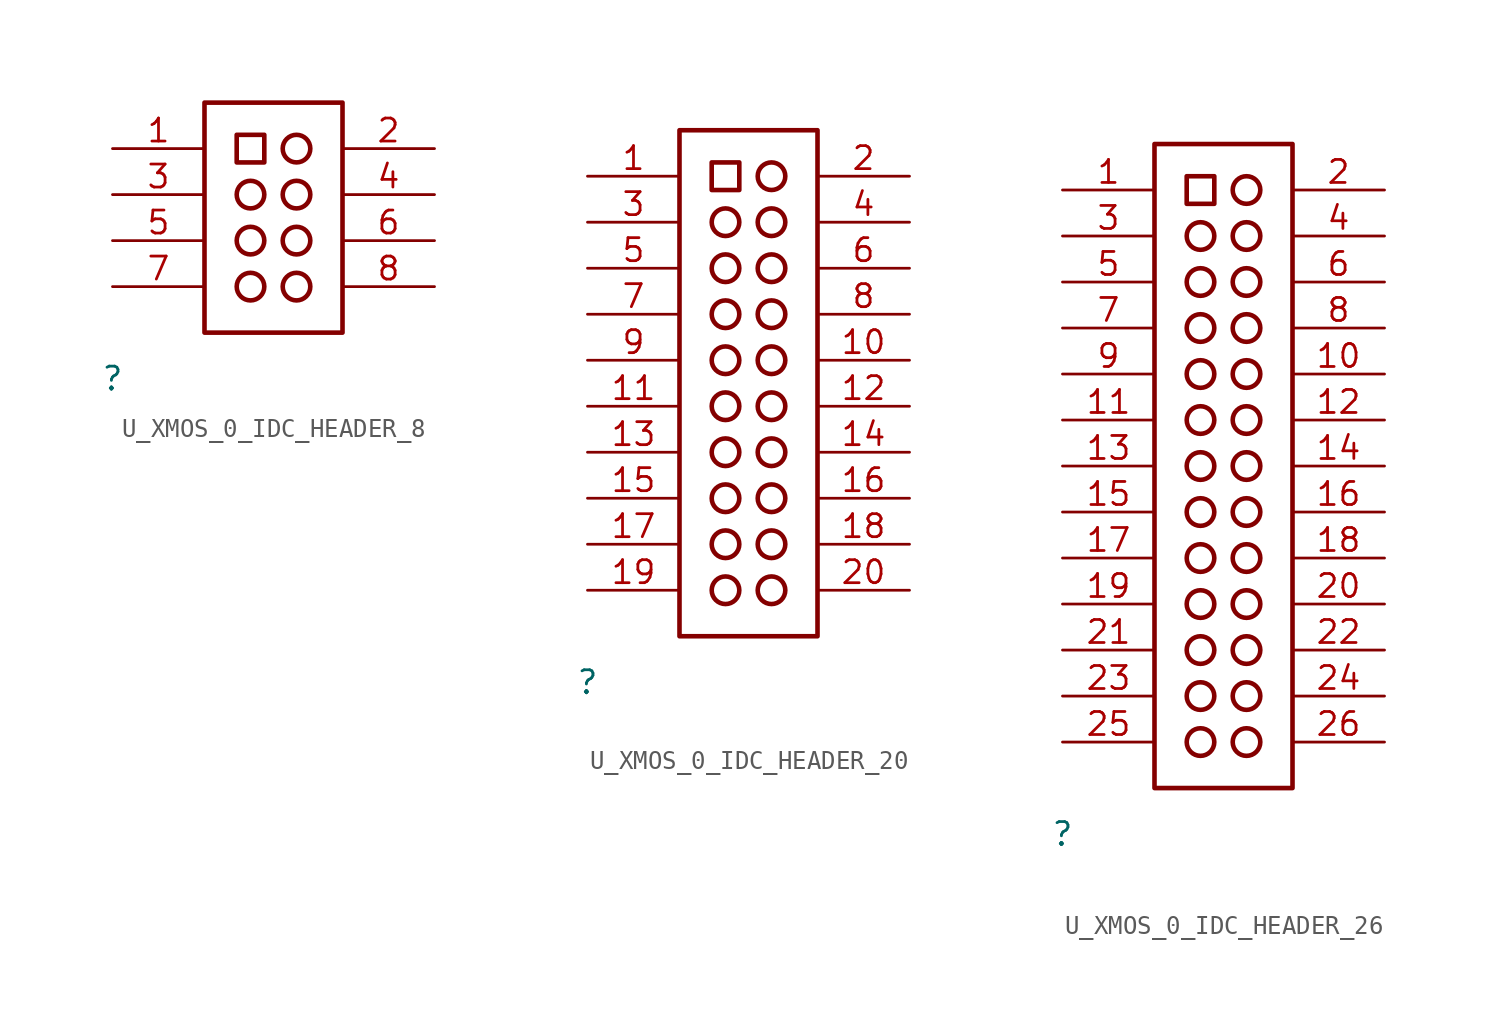
<source format=kicad_sym>
(kicad_symbol_lib
  (version 20231120)
  (generator "kicad_symbol_editor")
  (generator_version "8.0")
  (symbol "U_XMOS_0_IDC_HEADER_8"
    (property "Reference" ""
      (at 0 0 0)
      (effects (font (size 1.27 1.27))))
    (property "Value" ""
      (at 0 0 0)
      (effects (font (size 1.27 1.27))))
    (symbol "U_XMOS_0_IDC_HEADER_8_1_0"
      (polyline (pts (xy 5.08 2.54) (xy 12.7 2.54) (xy 12.7 15.24) (xy 5.08 15.24) (xy 5.08 2.54)) (stroke (width 0.254) (type solid)) (fill (type none)))
      (polyline (pts (xy 6.858 11.938) (xy 8.382 11.938) (xy 8.382 13.462) (xy 6.858 13.462) (xy 6.858 11.938)) (stroke (width 0.254) (type solid)) (fill (type none)))
      (circle (center 7.62 5.08) (radius 0.762) (stroke (width 0.254) (type solid)) (fill (type none)))
      (circle (center 7.62 7.62) (radius 0.762) (stroke (width 0.254) (type solid)) (fill (type none)))
      (circle (center 7.62 10.16) (radius 0.762) (stroke (width 0.254) (type solid)) (fill (type none)))
      (circle (center 10.16 5.08) (radius 0.762) (stroke (width 0.254) (type solid)) (fill (type none)))
      (circle (center 10.16 7.62) (radius 0.762) (stroke (width 0.254) (type solid)) (fill (type none)))
      (circle (center 10.16 10.16) (radius 0.762) (stroke (width 0.254) (type solid)) (fill (type none)))
      (circle (center 10.16 12.7) (radius 0.762) (stroke (width 0.254) (type solid)) (fill (type none)))
      (pin passive line (at 0 12.7 0) (length 5.08) (name "1" (effects (font (size 0 0)))) (number "1" (effects (font (size 1.27 1.27)))))
      (pin passive line (at 17.78 12.7 180) (length 5.08) (name "2" (effects (font (size 0 0)))) (number "2" (effects (font (size 1.27 1.27)))))
      (pin passive line (at 0 10.16 0) (length 5.08) (name "3" (effects (font (size 0 0)))) (number "3" (effects (font (size 1.27 1.27)))))
      (pin passive line (at 17.78 10.16 180) (length 5.08) (name "4" (effects (font (size 0 0)))) (number "4" (effects (font (size 1.27 1.27)))))
      (pin passive line (at 0 7.62 0) (length 5.08) (name "5" (effects (font (size 0 0)))) (number "5" (effects (font (size 1.27 1.27)))))
      (pin passive line (at 17.78 7.62 180) (length 5.08) (name "6" (effects (font (size 0 0)))) (number "6" (effects (font (size 1.27 1.27)))))
      (pin passive line (at 0 5.08 0) (length 5.08) (name "7" (effects (font (size 0 0)))) (number "7" (effects (font (size 1.27 1.27)))))
      (pin passive line (at 17.78 5.08 180) (length 5.08) (name "8" (effects (font (size 0 0)))) (number "8" (effects (font (size 1.27 1.27)))))))
  (symbol "U_XMOS_0_IDC_HEADER_20"
    (property "Reference" ""
      (at 0 0 0)
      (effects (font (size 1.27 1.27))))
    (property "Value" ""
      (at 0 0 0)
      (effects (font (size 1.27 1.27))))
    (symbol "U_XMOS_0_IDC_HEADER_20_1_0"
      (polyline (pts (xy 5.08 2.54) (xy 12.7 2.54) (xy 12.7 30.48) (xy 5.08 30.48) (xy 5.08 2.54)) (stroke (width 0.254) (type solid)) (fill (type none)))
      (polyline (pts (xy 6.858 27.178) (xy 8.382 27.178) (xy 8.382 28.702) (xy 6.858 28.702) (xy 6.858 27.178)) (stroke (width 0.254) (type solid)) (fill (type none)))
      (circle (center 7.62 5.08) (radius 0.762) (stroke (width 0.254) (type solid)) (fill (type none)))
      (circle (center 7.62 7.62) (radius 0.762) (stroke (width 0.254) (type solid)) (fill (type none)))
      (circle (center 7.62 10.16) (radius 0.762) (stroke (width 0.254) (type solid)) (fill (type none)))
      (circle (center 7.62 12.7) (radius 0.762) (stroke (width 0.254) (type solid)) (fill (type none)))
      (circle (center 7.62 15.24) (radius 0.762) (stroke (width 0.254) (type solid)) (fill (type none)))
      (circle (center 7.62 17.78) (radius 0.762) (stroke (width 0.254) (type solid)) (fill (type none)))
      (circle (center 7.62 20.32) (radius 0.762) (stroke (width 0.254) (type solid)) (fill (type none)))
      (circle (center 7.62 22.86) (radius 0.762) (stroke (width 0.254) (type solid)) (fill (type none)))
      (circle (center 7.62 25.4) (radius 0.762) (stroke (width 0.254) (type solid)) (fill (type none)))
      (circle (center 10.16 5.08) (radius 0.762) (stroke (width 0.254) (type solid)) (fill (type none)))
      (circle (center 10.16 7.62) (radius 0.762) (stroke (width 0.254) (type solid)) (fill (type none)))
      (circle (center 10.16 10.16) (radius 0.762) (stroke (width 0.254) (type solid)) (fill (type none)))
      (circle (center 10.16 12.7) (radius 0.762) (stroke (width 0.254) (type solid)) (fill (type none)))
      (circle (center 10.16 15.24) (radius 0.762) (stroke (width 0.254) (type solid)) (fill (type none)))
      (circle (center 10.16 17.78) (radius 0.762) (stroke (width 0.254) (type solid)) (fill (type none)))
      (circle (center 10.16 20.32) (radius 0.762) (stroke (width 0.254) (type solid)) (fill (type none)))
      (circle (center 10.16 22.86) (radius 0.762) (stroke (width 0.254) (type solid)) (fill (type none)))
      (circle (center 10.16 25.4) (radius 0.762) (stroke (width 0.254) (type solid)) (fill (type none)))
      (circle (center 10.16 27.94) (radius 0.762) (stroke (width 0.254) (type solid)) (fill (type none)))
      (pin passive line (at 0 27.94 0) (length 5.08) (name "1" (effects (font (size 0 0)))) (number "1" (effects (font (size 1.27 1.27)))))
      (pin passive line (at 17.78 17.78 180) (length 5.08) (name "10" (effects (font (size 0 0)))) (number "10" (effects (font (size 1.27 1.27)))))
      (pin passive line (at 0 15.24 0) (length 5.08) (name "11" (effects (font (size 0 0)))) (number "11" (effects (font (size 1.27 1.27)))))
      (pin passive line (at 17.78 15.24 180) (length 5.08) (name "12" (effects (font (size 0 0)))) (number "12" (effects (font (size 1.27 1.27)))))
      (pin passive line (at 0 12.7 0) (length 5.08) (name "13" (effects (font (size 0 0)))) (number "13" (effects (font (size 1.27 1.27)))))
      (pin passive line (at 17.78 12.7 180) (length 5.08) (name "14" (effects (font (size 0 0)))) (number "14" (effects (font (size 1.27 1.27)))))
      (pin passive line (at 0 10.16 0) (length 5.08) (name "15" (effects (font (size 0 0)))) (number "15" (effects (font (size 1.27 1.27)))))
      (pin passive line (at 17.78 10.16 180) (length 5.08) (name "16" (effects (font (size 0 0)))) (number "16" (effects (font (size 1.27 1.27)))))
      (pin passive line (at 0 7.62 0) (length 5.08) (name "17" (effects (font (size 0 0)))) (number "17" (effects (font (size 1.27 1.27)))))
      (pin passive line (at 17.78 7.62 180) (length 5.08) (name "18" (effects (font (size 0 0)))) (number "18" (effects (font (size 1.27 1.27)))))
      (pin passive line (at 0 5.08 0) (length 5.08) (name "19" (effects (font (size 0 0)))) (number "19" (effects (font (size 1.27 1.27)))))
      (pin passive line (at 17.78 27.94 180) (length 5.08) (name "2" (effects (font (size 0 0)))) (number "2" (effects (font (size 1.27 1.27)))))
      (pin passive line (at 17.78 5.08 180) (length 5.08) (name "20" (effects (font (size 0 0)))) (number "20" (effects (font (size 1.27 1.27)))))
      (pin passive line (at 0 25.4 0) (length 5.08) (name "3" (effects (font (size 0 0)))) (number "3" (effects (font (size 1.27 1.27)))))
      (pin passive line (at 17.78 25.4 180) (length 5.08) (name "4" (effects (font (size 0 0)))) (number "4" (effects (font (size 1.27 1.27)))))
      (pin passive line (at 0 22.86 0) (length 5.08) (name "5" (effects (font (size 0 0)))) (number "5" (effects (font (size 1.27 1.27)))))
      (pin passive line (at 17.78 22.86 180) (length 5.08) (name "6" (effects (font (size 0 0)))) (number "6" (effects (font (size 1.27 1.27)))))
      (pin passive line (at 0 20.32 0) (length 5.08) (name "7" (effects (font (size 0 0)))) (number "7" (effects (font (size 1.27 1.27)))))
      (pin passive line (at 17.78 20.32 180) (length 5.08) (name "8" (effects (font (size 0 0)))) (number "8" (effects (font (size 1.27 1.27)))))
      (pin passive line (at 0 17.78 0) (length 5.08) (name "9" (effects (font (size 0 0)))) (number "9" (effects (font (size 1.27 1.27)))))))
  (symbol "U_XMOS_0_IDC_HEADER_26"
    (property "Reference" ""
      (at 0 0 0)
      (effects (font (size 1.27 1.27))))
    (property "Value" ""
      (at 0 0 0)
      (effects (font (size 1.27 1.27))))
    (symbol "U_XMOS_0_IDC_HEADER_26_1_0"
      (polyline (pts (xy 5.08 2.54) (xy 12.7 2.54) (xy 12.7 38.1) (xy 5.08 38.1) (xy 5.08 2.54)) (stroke (width 0.254) (type solid)) (fill (type none)))
      (polyline (pts (xy 6.858 34.798) (xy 8.382 34.798) (xy 8.382 36.322) (xy 6.858 36.322) (xy 6.858 34.798)) (stroke (width 0.254) (type solid)) (fill (type none)))
      (circle (center 7.62 5.08) (radius 0.762) (stroke (width 0.254) (type solid)) (fill (type none)))
      (circle (center 7.62 7.62) (radius 0.762) (stroke (width 0.254) (type solid)) (fill (type none)))
      (circle (center 7.62 10.16) (radius 0.762) (stroke (width 0.254) (type solid)) (fill (type none)))
      (circle (center 7.62 12.7) (radius 0.762) (stroke (width 0.254) (type solid)) (fill (type none)))
      (circle (center 7.62 15.24) (radius 0.762) (stroke (width 0.254) (type solid)) (fill (type none)))
      (circle (center 7.62 17.78) (radius 0.762) (stroke (width 0.254) (type solid)) (fill (type none)))
      (circle (center 7.62 20.32) (radius 0.762) (stroke (width 0.254) (type solid)) (fill (type none)))
      (circle (center 7.62 22.86) (radius 0.762) (stroke (width 0.254) (type solid)) (fill (type none)))
      (circle (center 7.62 25.4) (radius 0.762) (stroke (width 0.254) (type solid)) (fill (type none)))
      (circle (center 7.62 27.94) (radius 0.762) (stroke (width 0.254) (type solid)) (fill (type none)))
      (circle (center 7.62 30.48) (radius 0.762) (stroke (width 0.254) (type solid)) (fill (type none)))
      (circle (center 7.62 33.02) (radius 0.762) (stroke (width 0.254) (type solid)) (fill (type none)))
      (circle (center 10.16 5.08) (radius 0.762) (stroke (width 0.254) (type solid)) (fill (type none)))
      (circle (center 10.16 7.62) (radius 0.762) (stroke (width 0.254) (type solid)) (fill (type none)))
      (circle (center 10.16 10.16) (radius 0.762) (stroke (width 0.254) (type solid)) (fill (type none)))
      (circle (center 10.16 12.7) (radius 0.762) (stroke (width 0.254) (type solid)) (fill (type none)))
      (circle (center 10.16 15.24) (radius 0.762) (stroke (width 0.254) (type solid)) (fill (type none)))
      (circle (center 10.16 17.78) (radius 0.762) (stroke (width 0.254) (type solid)) (fill (type none)))
      (circle (center 10.16 20.32) (radius 0.762) (stroke (width 0.254) (type solid)) (fill (type none)))
      (circle (center 10.16 22.86) (radius 0.762) (stroke (width 0.254) (type solid)) (fill (type none)))
      (circle (center 10.16 25.4) (radius 0.762) (stroke (width 0.254) (type solid)) (fill (type none)))
      (circle (center 10.16 27.94) (radius 0.762) (stroke (width 0.254) (type solid)) (fill (type none)))
      (circle (center 10.16 30.48) (radius 0.762) (stroke (width 0.254) (type solid)) (fill (type none)))
      (circle (center 10.16 33.02) (radius 0.762) (stroke (width 0.254) (type solid)) (fill (type none)))
      (circle (center 10.16 35.56) (radius 0.762) (stroke (width 0.254) (type solid)) (fill (type none)))
      (pin passive line (at 0 35.56 0) (length 5.08) (name "1" (effects (font (size 0 0)))) (number "1" (effects (font (size 1.27 1.27)))))
      (pin passive line (at 17.78 25.4 180) (length 5.08) (name "10" (effects (font (size 0 0)))) (number "10" (effects (font (size 1.27 1.27)))))
      (pin passive line (at 0 22.86 0) (length 5.08) (name "11" (effects (font (size 0 0)))) (number "11" (effects (font (size 1.27 1.27)))))
      (pin passive line (at 17.78 22.86 180) (length 5.08) (name "12" (effects (font (size 0 0)))) (number "12" (effects (font (size 1.27 1.27)))))
      (pin passive line (at 0 20.32 0) (length 5.08) (name "13" (effects (font (size 0 0)))) (number "13" (effects (font (size 1.27 1.27)))))
      (pin passive line (at 17.78 20.32 180) (length 5.08) (name "14" (effects (font (size 0 0)))) (number "14" (effects (font (size 1.27 1.27)))))
      (pin passive line (at 0 17.78 0) (length 5.08) (name "15" (effects (font (size 0 0)))) (number "15" (effects (font (size 1.27 1.27)))))
      (pin passive line (at 17.78 17.78 180) (length 5.08) (name "16" (effects (font (size 0 0)))) (number "16" (effects (font (size 1.27 1.27)))))
      (pin passive line (at 0 15.24 0) (length 5.08) (name "17" (effects (font (size 0 0)))) (number "17" (effects (font (size 1.27 1.27)))))
      (pin passive line (at 17.78 15.24 180) (length 5.08) (name "18" (effects (font (size 0 0)))) (number "18" (effects (font (size 1.27 1.27)))))
      (pin passive line (at 0 12.7 0) (length 5.08) (name "19" (effects (font (size 0 0)))) (number "19" (effects (font (size 1.27 1.27)))))
      (pin passive line (at 17.78 35.56 180) (length 5.08) (name "2" (effects (font (size 0 0)))) (number "2" (effects (font (size 1.27 1.27)))))
      (pin passive line (at 17.78 12.7 180) (length 5.08) (name "20" (effects (font (size 0 0)))) (number "20" (effects (font (size 1.27 1.27)))))
      (pin passive line (at 0 10.16 0) (length 5.08) (name "21" (effects (font (size 0 0)))) (number "21" (effects (font (size 1.27 1.27)))))
      (pin passive line (at 17.78 10.16 180) (length 5.08) (name "22" (effects (font (size 0 0)))) (number "22" (effects (font (size 1.27 1.27)))))
      (pin passive line (at 0 7.62 0) (length 5.08) (name "23" (effects (font (size 0 0)))) (number "23" (effects (font (size 1.27 1.27)))))
      (pin passive line (at 17.78 7.62 180) (length 5.08) (name "24" (effects (font (size 0 0)))) (number "24" (effects (font (size 1.27 1.27)))))
      (pin passive line (at 0 5.08 0) (length 5.08) (name "25" (effects (font (size 0 0)))) (number "25" (effects (font (size 1.27 1.27)))))
      (pin passive line (at 17.78 5.08 180) (length 5.08) (name "26" (effects (font (size 0 0)))) (number "26" (effects (font (size 1.27 1.27)))))
      (pin passive line (at 0 33.02 0) (length 5.08) (name "3" (effects (font (size 0 0)))) (number "3" (effects (font (size 1.27 1.27)))))
      (pin passive line (at 17.78 33.02 180) (length 5.08) (name "4" (effects (font (size 0 0)))) (number "4" (effects (font (size 1.27 1.27)))))
      (pin passive line (at 0 30.48 0) (length 5.08) (name "5" (effects (font (size 0 0)))) (number "5" (effects (font (size 1.27 1.27)))))
      (pin passive line (at 17.78 30.48 180) (length 5.08) (name "6" (effects (font (size 0 0)))) (number "6" (effects (font (size 1.27 1.27)))))
      (pin passive line (at 0 27.94 0) (length 5.08) (name "7" (effects (font (size 0 0)))) (number "7" (effects (font (size 1.27 1.27)))))
      (pin passive line (at 17.78 27.94 180) (length 5.08) (name "8" (effects (font (size 0 0)))) (number "8" (effects (font (size 1.27 1.27)))))
      (pin passive line (at 0 25.4 0) (length 5.08) (name "9" (effects (font (size 0 0)))) (number "9" (effects (font (size 1.27 1.27))))))))
</source>
